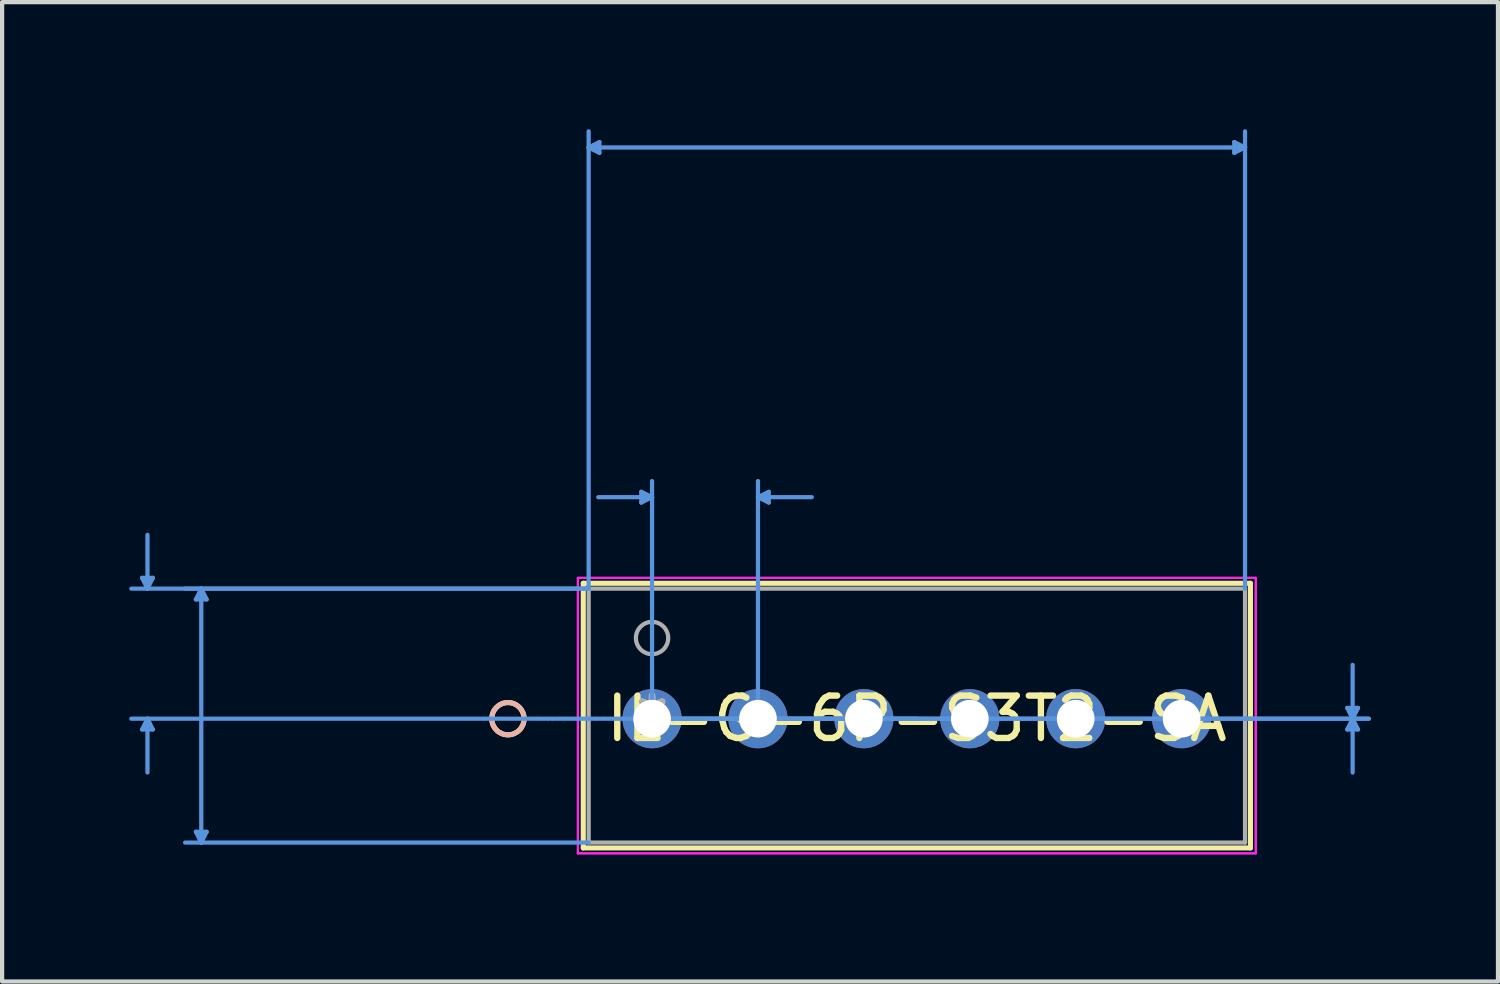
<source format=kicad_pcb>
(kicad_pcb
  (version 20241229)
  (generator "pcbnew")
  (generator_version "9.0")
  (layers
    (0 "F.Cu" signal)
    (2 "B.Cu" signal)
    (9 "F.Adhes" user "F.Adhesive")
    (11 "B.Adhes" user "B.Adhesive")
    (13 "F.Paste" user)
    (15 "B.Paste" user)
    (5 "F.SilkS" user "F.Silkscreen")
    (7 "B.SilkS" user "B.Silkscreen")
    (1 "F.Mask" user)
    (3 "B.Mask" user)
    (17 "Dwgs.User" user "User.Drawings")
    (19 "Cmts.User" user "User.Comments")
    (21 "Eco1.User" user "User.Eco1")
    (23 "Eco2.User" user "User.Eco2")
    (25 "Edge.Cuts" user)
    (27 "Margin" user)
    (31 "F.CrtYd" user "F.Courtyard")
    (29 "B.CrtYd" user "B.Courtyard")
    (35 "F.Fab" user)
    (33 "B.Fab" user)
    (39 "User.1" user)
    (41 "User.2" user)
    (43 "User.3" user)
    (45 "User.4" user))
  (footprint "IL-G-6P-S3T2-SA"
    (layer "F.Cu")
    (at 12.342 13.915)
    (property "Reference" "IL-G-6P-S3T2-SA" (at 6.25 0 0) (layer "F.SilkS") (effects (font (size 1 1) (thickness 0.15))))
    (attr through_hole)
    (fp_line (start -1.624 -3.197) (end -1.624 3.051) (stroke (width 0.12) (type solid)) (layer "F.SilkS"))
    (fp_line (start -1.624 3.051) (end 14.124 3.051) (stroke (width 0.12) (type solid)) (layer "F.SilkS"))
    (fp_line (start 14.124 -3.197) (end -1.624 -3.197) (stroke (width 0.12) (type solid)) (layer "F.SilkS"))
    (fp_line (start 14.124 3.051) (end 14.124 -3.197) (stroke (width 0.12) (type solid)) (layer "F.SilkS"))
    (fp_circle (center -3.402 0) (end -3.021 0) (stroke (width 0.12) (type solid)) (fill no) (layer "F.SilkS"))
    (fp_circle (center -3.402 0) (end -3.021 0) (stroke (width 0.12) (type solid)) (fill no) (layer "B.SilkS"))
    (fp_line (start -12.038 -3.324) (end -11.784 -3.324) (stroke (width 0.1) (type solid)) (layer "Cmts.User"))
    (fp_line (start -12.038 0.254) (end -11.784 0.254) (stroke (width 0.1) (type solid)) (layer "Cmts.User"))
    (fp_line (start -11.911 -3.07) (end -12.038 -3.324) (stroke (width 0.1) (type solid)) (layer "Cmts.User"))
    (fp_line (start -11.911 -3.07) (end -11.911 -4.34) (stroke (width 0.1) (type solid)) (layer "Cmts.User"))
    (fp_line (start -11.911 -3.07) (end -11.784 -3.324) (stroke (width 0.1) (type solid)) (layer "Cmts.User"))
    (fp_line (start -11.911 0) (end -12.038 0.254) (stroke (width 0.1) (type solid)) (layer "Cmts.User"))
    (fp_line (start -11.911 0) (end -11.911 1.27) (stroke (width 0.1) (type solid)) (layer "Cmts.User"))
    (fp_line (start -11.911 0) (end -11.784 0.254) (stroke (width 0.1) (type solid)) (layer "Cmts.User"))
    (fp_line (start -10.768 -2.816) (end -10.514 -2.816) (stroke (width 0.1) (type solid)) (layer "Cmts.User"))
    (fp_line (start -10.768 2.67) (end -10.514 2.67) (stroke (width 0.1) (type solid)) (layer "Cmts.User"))
    (fp_line (start -10.641 -3.07) (end -10.768 -2.816) (stroke (width 0.1) (type solid)) (layer "Cmts.User"))
    (fp_line (start -10.641 -3.07) (end -10.641 2.924) (stroke (width 0.1) (type solid)) (layer "Cmts.User"))
    (fp_line (start -10.641 -3.07) (end -10.514 -2.816) (stroke (width 0.1) (type solid)) (layer "Cmts.User"))
    (fp_line (start -10.641 2.924) (end -10.768 2.67) (stroke (width 0.1) (type solid)) (layer "Cmts.User"))
    (fp_line (start -10.641 2.924) (end -10.514 2.67) (stroke (width 0.1) (type solid)) (layer "Cmts.User"))
    (fp_line (start -1.497 -13.484) (end -1.243 -13.611) (stroke (width 0.1) (type solid)) (layer "Cmts.User"))
    (fp_line (start -1.497 -13.484) (end -1.243 -13.357) (stroke (width 0.1) (type solid)) (layer "Cmts.User"))
    (fp_line (start -1.497 -13.484) (end 13.997 -13.484) (stroke (width 0.1) (type solid)) (layer "Cmts.User"))
    (fp_line (start -1.497 -3.07) (end -12.292 -3.07) (stroke (width 0.1) (type solid)) (layer "Cmts.User"))
    (fp_line (start -1.497 -3.07) (end -11.022 -3.07) (stroke (width 0.1) (type solid)) (layer "Cmts.User"))
    (fp_line (start -1.497 -3.07) (end -1.497 -13.865) (stroke (width 0.1) (type solid)) (layer "Cmts.User"))
    (fp_line (start -1.497 2.924) (end -11.022 2.924) (stroke (width 0.1) (type solid)) (layer "Cmts.User"))
    (fp_line (start -1.243 -13.611) (end -1.243 -13.357) (stroke (width 0.1) (type solid)) (layer "Cmts.User"))
    (fp_line (start -0.254 -5.356) (end -0.254 -5.102) (stroke (width 0.1) (type solid)) (layer "Cmts.User"))
    (fp_line (start 0 -5.229) (end -1.27 -5.229) (stroke (width 0.1) (type solid)) (layer "Cmts.User"))
    (fp_line (start 0 -5.229) (end -0.254 -5.356) (stroke (width 0.1) (type solid)) (layer "Cmts.User"))
    (fp_line (start 0 -5.229) (end -0.254 -5.102) (stroke (width 0.1) (type solid)) (layer "Cmts.User"))
    (fp_line (start 0 0) (end 0 -5.61) (stroke (width 0.1) (type solid)) (layer "Cmts.User"))
    (fp_line (start 0 0) (end 16.918 0) (stroke (width 0.1) (type solid)) (layer "Cmts.User"))
    (fp_line (start 0 0) (end 16.918 0) (stroke (width 0.1) (type solid)) (layer "Cmts.User"))
    (fp_line (start 2.5 -5.229) (end 2.754 -5.356) (stroke (width 0.1) (type solid)) (layer "Cmts.User"))
    (fp_line (start 2.5 -5.229) (end 2.754 -5.102) (stroke (width 0.1) (type solid)) (layer "Cmts.User"))
    (fp_line (start 2.5 -5.229) (end 3.77 -5.229) (stroke (width 0.1) (type solid)) (layer "Cmts.User"))
    (fp_line (start 2.5 0) (end 2.5 -5.61) (stroke (width 0.1) (type solid)) (layer "Cmts.User"))
    (fp_line (start 2.754 -5.356) (end 2.754 -5.102) (stroke (width 0.1) (type solid)) (layer "Cmts.User"))
    (fp_line (start 6.25 0) (end -12.292 0) (stroke (width 0.1) (type solid)) (layer "Cmts.User"))
    (fp_line (start 13.743 -13.611) (end 13.743 -13.357) (stroke (width 0.1) (type solid)) (layer "Cmts.User"))
    (fp_line (start 13.997 -13.484) (end 13.743 -13.611) (stroke (width 0.1) (type solid)) (layer "Cmts.User"))
    (fp_line (start 13.997 -13.484) (end 13.743 -13.357) (stroke (width 0.1) (type solid)) (layer "Cmts.User"))
    (fp_line (start 13.997 -3.07) (end 13.997 -13.865) (stroke (width 0.1) (type solid)) (layer "Cmts.User"))
    (fp_line (start 16.41 -0.254) (end 16.664 -0.254) (stroke (width 0.1) (type solid)) (layer "Cmts.User"))
    (fp_line (start 16.41 0.254) (end 16.664 0.254) (stroke (width 0.1) (type solid)) (layer "Cmts.User"))
    (fp_line (start 16.537 0) (end 16.41 -0.254) (stroke (width 0.1) (type solid)) (layer "Cmts.User"))
    (fp_line (start 16.537 0) (end 16.41 0.254) (stroke (width 0.1) (type solid)) (layer "Cmts.User"))
    (fp_line (start 16.537 0) (end 16.537 -1.27) (stroke (width 0.1) (type solid)) (layer "Cmts.User"))
    (fp_line (start 16.537 0) (end 16.537 1.27) (stroke (width 0.1) (type solid)) (layer "Cmts.User"))
    (fp_line (start 16.537 0) (end 16.664 -0.254) (stroke (width 0.1) (type solid)) (layer "Cmts.User"))
    (fp_line (start 16.537 0) (end 16.664 0.254) (stroke (width 0.1) (type solid)) (layer "Cmts.User"))
    (fp_line (start -1.751 -3.324) (end -1.751 3.178) (stroke (width 0.05) (type solid)) (layer "F.CrtYd"))
    (fp_line (start -1.751 -3.324) (end -1.751 3.178) (stroke (width 0.05) (type solid)) (layer "F.CrtYd"))
    (fp_line (start -1.751 3.178) (end 14.251 3.178) (stroke (width 0.05) (type solid)) (layer "F.CrtYd"))
    (fp_line (start -1.751 3.178) (end 14.251 3.178) (stroke (width 0.05) (type solid)) (layer "F.CrtYd"))
    (fp_line (start 14.251 -3.324) (end -1.751 -3.324) (stroke (width 0.05) (type solid)) (layer "F.CrtYd"))
    (fp_line (start 14.251 -3.324) (end -1.751 -3.324) (stroke (width 0.05) (type solid)) (layer "F.CrtYd"))
    (fp_line (start 14.251 3.178) (end 14.251 -3.324) (stroke (width 0.05) (type solid)) (layer "F.CrtYd"))
    (fp_line (start 14.251 3.178) (end 14.251 -3.324) (stroke (width 0.05) (type solid)) (layer "F.CrtYd"))
    (fp_line (start -1.497 -3.07) (end -1.497 2.924) (stroke (width 0.1) (type solid)) (layer "F.Fab"))
    (fp_line (start -1.497 2.924) (end 13.997 2.924) (stroke (width 0.1) (type solid)) (layer "F.Fab"))
    (fp_line (start 13.997 -3.07) (end -1.497 -3.07) (stroke (width 0.1) (type solid)) (layer "F.Fab"))
    (fp_line (start 13.997 2.924) (end 13.997 -3.07) (stroke (width 0.1) (type solid)) (layer "F.Fab"))
    (fp_circle (center 0 -1.905) (end 0.381 -1.905) (stroke (width 0.1) (type solid)) (fill no) (layer "F.Fab"))
    (fp_text user "*" (at 0 0 0) (layer "F.SilkS") (effects (font (size 1 1) (thickness 0.15))))
    (fp_text user "Copyright 2021 Accelerated Designs. All rights reserved." (at 0 0 0) (layer "Cmts.User") (effects (font (size 0.127 0.127) (thickness 0.002))))
    (fp_text user "*" (at 0 0 0) (layer "F.Fab") (effects (font (size 1 1) (thickness 0.15))))
    (pad "1" thru_hole circle (at 0 0) (size 1.397 1.397) (drill 0.889) (layers "*.Cu" "*.Mask"))
    (pad "2" thru_hole circle (at 2.5 0) (size 1.397 1.397) (drill 0.889) (layers "*.Cu" "*.Mask"))
    (pad "3" thru_hole circle (at 5 0) (size 1.397 1.397) (drill 0.889) (layers "*.Cu" "*.Mask"))
    (pad "4" thru_hole circle (at 7.5 0) (size 1.397 1.397) (drill 0.889) (layers "*.Cu" "*.Mask"))
    (pad "5" thru_hole circle (at 10 0) (size 1.397 1.397) (drill 0.889) (layers "*.Cu" "*.Mask"))
    (pad "6" thru_hole circle (at 12.5 0) (size 1.397 1.397) (drill 0.889) (layers "*.Cu" "*.Mask")))
  (gr_rect
    (start -3 -3)
    (end 32.31 20.118)
    (stroke (width 0.1) (type default))
    (fill no)
    (layer "Edge.Cuts")))
</source>
